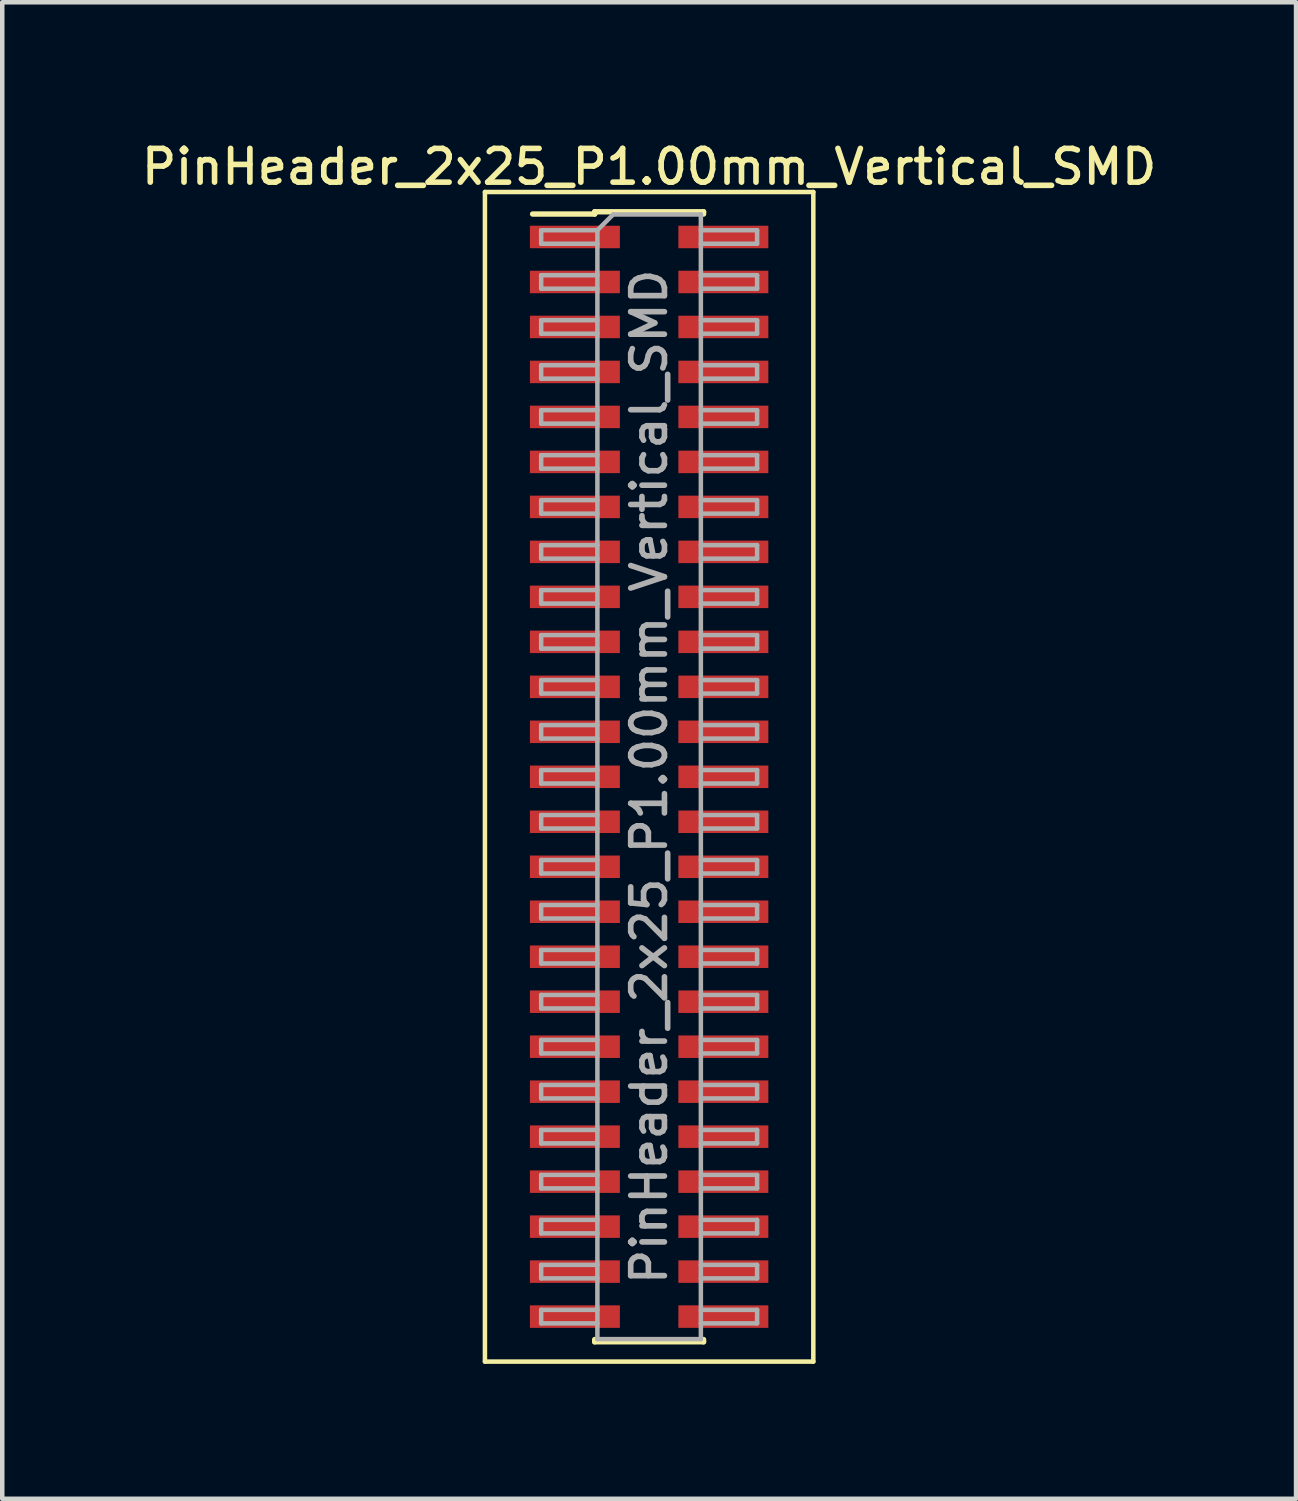
<source format=kicad_pcb>
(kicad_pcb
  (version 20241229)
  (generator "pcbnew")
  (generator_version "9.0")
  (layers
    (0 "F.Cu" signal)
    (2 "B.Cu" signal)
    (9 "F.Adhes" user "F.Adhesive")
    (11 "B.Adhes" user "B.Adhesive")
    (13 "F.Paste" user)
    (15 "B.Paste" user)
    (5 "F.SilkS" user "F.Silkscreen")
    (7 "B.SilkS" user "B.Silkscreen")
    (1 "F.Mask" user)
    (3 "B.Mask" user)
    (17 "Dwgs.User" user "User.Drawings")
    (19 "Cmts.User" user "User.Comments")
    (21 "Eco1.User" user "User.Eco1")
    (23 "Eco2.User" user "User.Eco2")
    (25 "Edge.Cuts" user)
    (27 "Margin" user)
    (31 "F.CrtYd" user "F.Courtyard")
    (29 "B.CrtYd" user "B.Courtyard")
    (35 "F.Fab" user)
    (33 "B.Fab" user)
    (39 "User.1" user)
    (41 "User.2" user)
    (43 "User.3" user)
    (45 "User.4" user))
  (footprint "PinHeader_2x25_P1.00mm_Vertical_SMD"
    (layer "F.Cu")
    (at 11.38 14.218)
    (property "Reference" "PinHeader_2x25_P1.00mm_Vertical_SMD" (at 0 -13.56 0) (layer "F.SilkS") (effects (font (size 0.75 0.75) (thickness 0.125))))
    (attr smd)
    (fp_line (start -3.65 -13) (end -3.65 13) (stroke (width 0.1) (type solid)) (layer "F.SilkS"))
    (fp_line (start -3.65 13) (end 3.65 13) (stroke (width 0.1) (type solid)) (layer "F.SilkS"))
    (fp_line (start -2.59 -12.51) (end -1.21 -12.51) (stroke (width 0.12) (type solid)) (layer "F.SilkS"))
    (fp_line (start -1.21 -12.56) (end -1.21 -12.51) (stroke (width 0.12) (type solid)) (layer "F.SilkS"))
    (fp_line (start -1.21 -12.56) (end 1.21 -12.56) (stroke (width 0.12) (type solid)) (layer "F.SilkS"))
    (fp_line (start -1.21 12.51) (end -1.21 12.56) (stroke (width 0.12) (type solid)) (layer "F.SilkS"))
    (fp_line (start -1.21 12.56) (end 1.21 12.56) (stroke (width 0.12) (type solid)) (layer "F.SilkS"))
    (fp_line (start 1.21 -12.56) (end 1.21 -12.51) (stroke (width 0.12) (type solid)) (layer "F.SilkS"))
    (fp_line (start 1.21 12.51) (end 1.21 12.56) (stroke (width 0.12) (type solid)) (layer "F.SilkS"))
    (fp_line (start 3.65 -13) (end -3.65 -13) (stroke (width 0.1) (type solid)) (layer "F.SilkS"))
    (fp_line (start 3.65 13) (end 3.65 -13) (stroke (width 0.1) (type solid)) (layer "F.SilkS"))
    (fp_line (start -2.4 -12.15) (end -2.4 -11.85) (stroke (width 0.1) (type solid)) (layer "F.Fab"))
    (fp_line (start -2.4 -11.85) (end -1.15 -11.85) (stroke (width 0.1) (type solid)) (layer "F.Fab"))
    (fp_line (start -2.4 -11.15) (end -2.4 -10.85) (stroke (width 0.1) (type solid)) (layer "F.Fab"))
    (fp_line (start -2.4 -10.85) (end -1.15 -10.85) (stroke (width 0.1) (type solid)) (layer "F.Fab"))
    (fp_line (start -2.4 -10.15) (end -2.4 -9.85) (stroke (width 0.1) (type solid)) (layer "F.Fab"))
    (fp_line (start -2.4 -9.85) (end -1.15 -9.85) (stroke (width 0.1) (type solid)) (layer "F.Fab"))
    (fp_line (start -2.4 -9.15) (end -2.4 -8.85) (stroke (width 0.1) (type solid)) (layer "F.Fab"))
    (fp_line (start -2.4 -8.85) (end -1.15 -8.85) (stroke (width 0.1) (type solid)) (layer "F.Fab"))
    (fp_line (start -2.4 -8.15) (end -2.4 -7.85) (stroke (width 0.1) (type solid)) (layer "F.Fab"))
    (fp_line (start -2.4 -7.85) (end -1.15 -7.85) (stroke (width 0.1) (type solid)) (layer "F.Fab"))
    (fp_line (start -2.4 -7.15) (end -2.4 -6.85) (stroke (width 0.1) (type solid)) (layer "F.Fab"))
    (fp_line (start -2.4 -6.85) (end -1.15 -6.85) (stroke (width 0.1) (type solid)) (layer "F.Fab"))
    (fp_line (start -2.4 -6.15) (end -2.4 -5.85) (stroke (width 0.1) (type solid)) (layer "F.Fab"))
    (fp_line (start -2.4 -5.85) (end -1.15 -5.85) (stroke (width 0.1) (type solid)) (layer "F.Fab"))
    (fp_line (start -2.4 -5.15) (end -2.4 -4.85) (stroke (width 0.1) (type solid)) (layer "F.Fab"))
    (fp_line (start -2.4 -4.85) (end -1.15 -4.85) (stroke (width 0.1) (type solid)) (layer "F.Fab"))
    (fp_line (start -2.4 -4.15) (end -2.4 -3.85) (stroke (width 0.1) (type solid)) (layer "F.Fab"))
    (fp_line (start -2.4 -3.85) (end -1.15 -3.85) (stroke (width 0.1) (type solid)) (layer "F.Fab"))
    (fp_line (start -2.4 -3.15) (end -2.4 -2.85) (stroke (width 0.1) (type solid)) (layer "F.Fab"))
    (fp_line (start -2.4 -2.85) (end -1.15 -2.85) (stroke (width 0.1) (type solid)) (layer "F.Fab"))
    (fp_line (start -2.4 -2.15) (end -2.4 -1.85) (stroke (width 0.1) (type solid)) (layer "F.Fab"))
    (fp_line (start -2.4 -1.85) (end -1.15 -1.85) (stroke (width 0.1) (type solid)) (layer "F.Fab"))
    (fp_line (start -2.4 -1.15) (end -2.4 -0.85) (stroke (width 0.1) (type solid)) (layer "F.Fab"))
    (fp_line (start -2.4 -0.85) (end -1.15 -0.85) (stroke (width 0.1) (type solid)) (layer "F.Fab"))
    (fp_line (start -2.4 -0.15) (end -2.4 0.15) (stroke (width 0.1) (type solid)) (layer "F.Fab"))
    (fp_line (start -2.4 0.15) (end -1.15 0.15) (stroke (width 0.1) (type solid)) (layer "F.Fab"))
    (fp_line (start -2.4 0.85) (end -2.4 1.15) (stroke (width 0.1) (type solid)) (layer "F.Fab"))
    (fp_line (start -2.4 1.15) (end -1.15 1.15) (stroke (width 0.1) (type solid)) (layer "F.Fab"))
    (fp_line (start -2.4 1.85) (end -2.4 2.15) (stroke (width 0.1) (type solid)) (layer "F.Fab"))
    (fp_line (start -2.4 2.15) (end -1.15 2.15) (stroke (width 0.1) (type solid)) (layer "F.Fab"))
    (fp_line (start -2.4 2.85) (end -2.4 3.15) (stroke (width 0.1) (type solid)) (layer "F.Fab"))
    (fp_line (start -2.4 3.15) (end -1.15 3.15) (stroke (width 0.1) (type solid)) (layer "F.Fab"))
    (fp_line (start -2.4 3.85) (end -2.4 4.15) (stroke (width 0.1) (type solid)) (layer "F.Fab"))
    (fp_line (start -2.4 4.15) (end -1.15 4.15) (stroke (width 0.1) (type solid)) (layer "F.Fab"))
    (fp_line (start -2.4 4.85) (end -2.4 5.15) (stroke (width 0.1) (type solid)) (layer "F.Fab"))
    (fp_line (start -2.4 5.15) (end -1.15 5.15) (stroke (width 0.1) (type solid)) (layer "F.Fab"))
    (fp_line (start -2.4 5.85) (end -2.4 6.15) (stroke (width 0.1) (type solid)) (layer "F.Fab"))
    (fp_line (start -2.4 6.15) (end -1.15 6.15) (stroke (width 0.1) (type solid)) (layer "F.Fab"))
    (fp_line (start -2.4 6.85) (end -2.4 7.15) (stroke (width 0.1) (type solid)) (layer "F.Fab"))
    (fp_line (start -2.4 7.15) (end -1.15 7.15) (stroke (width 0.1) (type solid)) (layer "F.Fab"))
    (fp_line (start -2.4 7.85) (end -2.4 8.15) (stroke (width 0.1) (type solid)) (layer "F.Fab"))
    (fp_line (start -2.4 8.15) (end -1.15 8.15) (stroke (width 0.1) (type solid)) (layer "F.Fab"))
    (fp_line (start -2.4 8.85) (end -2.4 9.15) (stroke (width 0.1) (type solid)) (layer "F.Fab"))
    (fp_line (start -2.4 9.15) (end -1.15 9.15) (stroke (width 0.1) (type solid)) (layer "F.Fab"))
    (fp_line (start -2.4 9.85) (end -2.4 10.15) (stroke (width 0.1) (type solid)) (layer "F.Fab"))
    (fp_line (start -2.4 10.15) (end -1.15 10.15) (stroke (width 0.1) (type solid)) (layer "F.Fab"))
    (fp_line (start -2.4 10.85) (end -2.4 11.15) (stroke (width 0.1) (type solid)) (layer "F.Fab"))
    (fp_line (start -2.4 11.15) (end -1.15 11.15) (stroke (width 0.1) (type solid)) (layer "F.Fab"))
    (fp_line (start -2.4 11.85) (end -2.4 12.15) (stroke (width 0.1) (type solid)) (layer "F.Fab"))
    (fp_line (start -2.4 12.15) (end -1.15 12.15) (stroke (width 0.1) (type solid)) (layer "F.Fab"))
    (fp_line (start -1.15 -12.15) (end -2.4 -12.15) (stroke (width 0.1) (type solid)) (layer "F.Fab"))
    (fp_line (start -1.15 -12.15) (end -0.8 -12.5) (stroke (width 0.1) (type solid)) (layer "F.Fab"))
    (fp_line (start -1.15 -11.15) (end -2.4 -11.15) (stroke (width 0.1) (type solid)) (layer "F.Fab"))
    (fp_line (start -1.15 -10.15) (end -2.4 -10.15) (stroke (width 0.1) (type solid)) (layer "F.Fab"))
    (fp_line (start -1.15 -9.15) (end -2.4 -9.15) (stroke (width 0.1) (type solid)) (layer "F.Fab"))
    (fp_line (start -1.15 -8.15) (end -2.4 -8.15) (stroke (width 0.1) (type solid)) (layer "F.Fab"))
    (fp_line (start -1.15 -7.15) (end -2.4 -7.15) (stroke (width 0.1) (type solid)) (layer "F.Fab"))
    (fp_line (start -1.15 -6.15) (end -2.4 -6.15) (stroke (width 0.1) (type solid)) (layer "F.Fab"))
    (fp_line (start -1.15 -5.15) (end -2.4 -5.15) (stroke (width 0.1) (type solid)) (layer "F.Fab"))
    (fp_line (start -1.15 -4.15) (end -2.4 -4.15) (stroke (width 0.1) (type solid)) (layer "F.Fab"))
    (fp_line (start -1.15 -3.15) (end -2.4 -3.15) (stroke (width 0.1) (type solid)) (layer "F.Fab"))
    (fp_line (start -1.15 -2.15) (end -2.4 -2.15) (stroke (width 0.1) (type solid)) (layer "F.Fab"))
    (fp_line (start -1.15 -1.15) (end -2.4 -1.15) (stroke (width 0.1) (type solid)) (layer "F.Fab"))
    (fp_line (start -1.15 -0.15) (end -2.4 -0.15) (stroke (width 0.1) (type solid)) (layer "F.Fab"))
    (fp_line (start -1.15 0.85) (end -2.4 0.85) (stroke (width 0.1) (type solid)) (layer "F.Fab"))
    (fp_line (start -1.15 1.85) (end -2.4 1.85) (stroke (width 0.1) (type solid)) (layer "F.Fab"))
    (fp_line (start -1.15 2.85) (end -2.4 2.85) (stroke (width 0.1) (type solid)) (layer "F.Fab"))
    (fp_line (start -1.15 3.85) (end -2.4 3.85) (stroke (width 0.1) (type solid)) (layer "F.Fab"))
    (fp_line (start -1.15 4.85) (end -2.4 4.85) (stroke (width 0.1) (type solid)) (layer "F.Fab"))
    (fp_line (start -1.15 5.85) (end -2.4 5.85) (stroke (width 0.1) (type solid)) (layer "F.Fab"))
    (fp_line (start -1.15 6.85) (end -2.4 6.85) (stroke (width 0.1) (type solid)) (layer "F.Fab"))
    (fp_line (start -1.15 7.85) (end -2.4 7.85) (stroke (width 0.1) (type solid)) (layer "F.Fab"))
    (fp_line (start -1.15 8.85) (end -2.4 8.85) (stroke (width 0.1) (type solid)) (layer "F.Fab"))
    (fp_line (start -1.15 9.85) (end -2.4 9.85) (stroke (width 0.1) (type solid)) (layer "F.Fab"))
    (fp_line (start -1.15 10.85) (end -2.4 10.85) (stroke (width 0.1) (type solid)) (layer "F.Fab"))
    (fp_line (start -1.15 11.85) (end -2.4 11.85) (stroke (width 0.1) (type solid)) (layer "F.Fab"))
    (fp_line (start -1.15 12.5) (end -1.15 -12.15) (stroke (width 0.1) (type solid)) (layer "F.Fab"))
    (fp_line (start -0.8 -12.5) (end 1.15 -12.5) (stroke (width 0.1) (type solid)) (layer "F.Fab"))
    (fp_line (start 1.15 -12.5) (end 1.15 12.5) (stroke (width 0.1) (type solid)) (layer "F.Fab"))
    (fp_line (start 1.15 -12.15) (end 2.4 -12.15) (stroke (width 0.1) (type solid)) (layer "F.Fab"))
    (fp_line (start 1.15 -11.15) (end 2.4 -11.15) (stroke (width 0.1) (type solid)) (layer "F.Fab"))
    (fp_line (start 1.15 -10.15) (end 2.4 -10.15) (stroke (width 0.1) (type solid)) (layer "F.Fab"))
    (fp_line (start 1.15 -9.15) (end 2.4 -9.15) (stroke (width 0.1) (type solid)) (layer "F.Fab"))
    (fp_line (start 1.15 -8.15) (end 2.4 -8.15) (stroke (width 0.1) (type solid)) (layer "F.Fab"))
    (fp_line (start 1.15 -7.15) (end 2.4 -7.15) (stroke (width 0.1) (type solid)) (layer "F.Fab"))
    (fp_line (start 1.15 -6.15) (end 2.4 -6.15) (stroke (width 0.1) (type solid)) (layer "F.Fab"))
    (fp_line (start 1.15 -5.15) (end 2.4 -5.15) (stroke (width 0.1) (type solid)) (layer "F.Fab"))
    (fp_line (start 1.15 -4.15) (end 2.4 -4.15) (stroke (width 0.1) (type solid)) (layer "F.Fab"))
    (fp_line (start 1.15 -3.15) (end 2.4 -3.15) (stroke (width 0.1) (type solid)) (layer "F.Fab"))
    (fp_line (start 1.15 -2.15) (end 2.4 -2.15) (stroke (width 0.1) (type solid)) (layer "F.Fab"))
    (fp_line (start 1.15 -1.15) (end 2.4 -1.15) (stroke (width 0.1) (type solid)) (layer "F.Fab"))
    (fp_line (start 1.15 -0.15) (end 2.4 -0.15) (stroke (width 0.1) (type solid)) (layer "F.Fab"))
    (fp_line (start 1.15 0.85) (end 2.4 0.85) (stroke (width 0.1) (type solid)) (layer "F.Fab"))
    (fp_line (start 1.15 1.85) (end 2.4 1.85) (stroke (width 0.1) (type solid)) (layer "F.Fab"))
    (fp_line (start 1.15 2.85) (end 2.4 2.85) (stroke (width 0.1) (type solid)) (layer "F.Fab"))
    (fp_line (start 1.15 3.85) (end 2.4 3.85) (stroke (width 0.1) (type solid)) (layer "F.Fab"))
    (fp_line (start 1.15 4.85) (end 2.4 4.85) (stroke (width 0.1) (type solid)) (layer "F.Fab"))
    (fp_line (start 1.15 5.85) (end 2.4 5.85) (stroke (width 0.1) (type solid)) (layer "F.Fab"))
    (fp_line (start 1.15 6.85) (end 2.4 6.85) (stroke (width 0.1) (type solid)) (layer "F.Fab"))
    (fp_line (start 1.15 7.85) (end 2.4 7.85) (stroke (width 0.1) (type solid)) (layer "F.Fab"))
    (fp_line (start 1.15 8.85) (end 2.4 8.85) (stroke (width 0.1) (type solid)) (layer "F.Fab"))
    (fp_line (start 1.15 9.85) (end 2.4 9.85) (stroke (width 0.1) (type solid)) (layer "F.Fab"))
    (fp_line (start 1.15 10.85) (end 2.4 10.85) (stroke (width 0.1) (type solid)) (layer "F.Fab"))
    (fp_line (start 1.15 11.85) (end 2.4 11.85) (stroke (width 0.1) (type solid)) (layer "F.Fab"))
    (fp_line (start 1.15 12.5) (end -1.15 12.5) (stroke (width 0.1) (type solid)) (layer "F.Fab"))
    (fp_line (start 2.4 -12.15) (end 2.4 -11.85) (stroke (width 0.1) (type solid)) (layer "F.Fab"))
    (fp_line (start 2.4 -11.85) (end 1.15 -11.85) (stroke (width 0.1) (type solid)) (layer "F.Fab"))
    (fp_line (start 2.4 -11.15) (end 2.4 -10.85) (stroke (width 0.1) (type solid)) (layer "F.Fab"))
    (fp_line (start 2.4 -10.85) (end 1.15 -10.85) (stroke (width 0.1) (type solid)) (layer "F.Fab"))
    (fp_line (start 2.4 -10.15) (end 2.4 -9.85) (stroke (width 0.1) (type solid)) (layer "F.Fab"))
    (fp_line (start 2.4 -9.85) (end 1.15 -9.85) (stroke (width 0.1) (type solid)) (layer "F.Fab"))
    (fp_line (start 2.4 -9.15) (end 2.4 -8.85) (stroke (width 0.1) (type solid)) (layer "F.Fab"))
    (fp_line (start 2.4 -8.85) (end 1.15 -8.85) (stroke (width 0.1) (type solid)) (layer "F.Fab"))
    (fp_line (start 2.4 -8.15) (end 2.4 -7.85) (stroke (width 0.1) (type solid)) (layer "F.Fab"))
    (fp_line (start 2.4 -7.85) (end 1.15 -7.85) (stroke (width 0.1) (type solid)) (layer "F.Fab"))
    (fp_line (start 2.4 -7.15) (end 2.4 -6.85) (stroke (width 0.1) (type solid)) (layer "F.Fab"))
    (fp_line (start 2.4 -6.85) (end 1.15 -6.85) (stroke (width 0.1) (type solid)) (layer "F.Fab"))
    (fp_line (start 2.4 -6.15) (end 2.4 -5.85) (stroke (width 0.1) (type solid)) (layer "F.Fab"))
    (fp_line (start 2.4 -5.85) (end 1.15 -5.85) (stroke (width 0.1) (type solid)) (layer "F.Fab"))
    (fp_line (start 2.4 -5.15) (end 2.4 -4.85) (stroke (width 0.1) (type solid)) (layer "F.Fab"))
    (fp_line (start 2.4 -4.85) (end 1.15 -4.85) (stroke (width 0.1) (type solid)) (layer "F.Fab"))
    (fp_line (start 2.4 -4.15) (end 2.4 -3.85) (stroke (width 0.1) (type solid)) (layer "F.Fab"))
    (fp_line (start 2.4 -3.85) (end 1.15 -3.85) (stroke (width 0.1) (type solid)) (layer "F.Fab"))
    (fp_line (start 2.4 -3.15) (end 2.4 -2.85) (stroke (width 0.1) (type solid)) (layer "F.Fab"))
    (fp_line (start 2.4 -2.85) (end 1.15 -2.85) (stroke (width 0.1) (type solid)) (layer "F.Fab"))
    (fp_line (start 2.4 -2.15) (end 2.4 -1.85) (stroke (width 0.1) (type solid)) (layer "F.Fab"))
    (fp_line (start 2.4 -1.85) (end 1.15 -1.85) (stroke (width 0.1) (type solid)) (layer "F.Fab"))
    (fp_line (start 2.4 -1.15) (end 2.4 -0.85) (stroke (width 0.1) (type solid)) (layer "F.Fab"))
    (fp_line (start 2.4 -0.85) (end 1.15 -0.85) (stroke (width 0.1) (type solid)) (layer "F.Fab"))
    (fp_line (start 2.4 -0.15) (end 2.4 0.15) (stroke (width 0.1) (type solid)) (layer "F.Fab"))
    (fp_line (start 2.4 0.15) (end 1.15 0.15) (stroke (width 0.1) (type solid)) (layer "F.Fab"))
    (fp_line (start 2.4 0.85) (end 2.4 1.15) (stroke (width 0.1) (type solid)) (layer "F.Fab"))
    (fp_line (start 2.4 1.15) (end 1.15 1.15) (stroke (width 0.1) (type solid)) (layer "F.Fab"))
    (fp_line (start 2.4 1.85) (end 2.4 2.15) (stroke (width 0.1) (type solid)) (layer "F.Fab"))
    (fp_line (start 2.4 2.15) (end 1.15 2.15) (stroke (width 0.1) (type solid)) (layer "F.Fab"))
    (fp_line (start 2.4 2.85) (end 2.4 3.15) (stroke (width 0.1) (type solid)) (layer "F.Fab"))
    (fp_line (start 2.4 3.15) (end 1.15 3.15) (stroke (width 0.1) (type solid)) (layer "F.Fab"))
    (fp_line (start 2.4 3.85) (end 2.4 4.15) (stroke (width 0.1) (type solid)) (layer "F.Fab"))
    (fp_line (start 2.4 4.15) (end 1.15 4.15) (stroke (width 0.1) (type solid)) (layer "F.Fab"))
    (fp_line (start 2.4 4.85) (end 2.4 5.15) (stroke (width 0.1) (type solid)) (layer "F.Fab"))
    (fp_line (start 2.4 5.15) (end 1.15 5.15) (stroke (width 0.1) (type solid)) (layer "F.Fab"))
    (fp_line (start 2.4 5.85) (end 2.4 6.15) (stroke (width 0.1) (type solid)) (layer "F.Fab"))
    (fp_line (start 2.4 6.15) (end 1.15 6.15) (stroke (width 0.1) (type solid)) (layer "F.Fab"))
    (fp_line (start 2.4 6.85) (end 2.4 7.15) (stroke (width 0.1) (type solid)) (layer "F.Fab"))
    (fp_line (start 2.4 7.15) (end 1.15 7.15) (stroke (width 0.1) (type solid)) (layer "F.Fab"))
    (fp_line (start 2.4 7.85) (end 2.4 8.15) (stroke (width 0.1) (type solid)) (layer "F.Fab"))
    (fp_line (start 2.4 8.15) (end 1.15 8.15) (stroke (width 0.1) (type solid)) (layer "F.Fab"))
    (fp_line (start 2.4 8.85) (end 2.4 9.15) (stroke (width 0.1) (type solid)) (layer "F.Fab"))
    (fp_line (start 2.4 9.15) (end 1.15 9.15) (stroke (width 0.1) (type solid)) (layer "F.Fab"))
    (fp_line (start 2.4 9.85) (end 2.4 10.15) (stroke (width 0.1) (type solid)) (layer "F.Fab"))
    (fp_line (start 2.4 10.15) (end 1.15 10.15) (stroke (width 0.1) (type solid)) (layer "F.Fab"))
    (fp_line (start 2.4 10.85) (end 2.4 11.15) (stroke (width 0.1) (type solid)) (layer "F.Fab"))
    (fp_line (start 2.4 11.15) (end 1.15 11.15) (stroke (width 0.1) (type solid)) (layer "F.Fab"))
    (fp_line (start 2.4 11.85) (end 2.4 12.15) (stroke (width 0.1) (type solid)) (layer "F.Fab"))
    (fp_line (start 2.4 12.15) (end 1.15 12.15) (stroke (width 0.1) (type solid)) (layer "F.Fab"))
    (fp_text user "${REFERENCE}" (at 0 0 90) (layer "F.Fab") (effects (font (size 0.75 0.75) (thickness 0.125))))
    (pad "1" smd rect (at -1.65 -12) (size 2 0.5) (layers "F.Cu" "F.Mask" "F.Paste"))
    (pad "2" smd rect (at 1.65 -12) (size 2 0.5) (layers "F.Cu" "F.Mask" "F.Paste"))
    (pad "3" smd rect (at -1.65 -11) (size 2 0.5) (layers "F.Cu" "F.Mask" "F.Paste"))
    (pad "4" smd rect (at 1.65 -11) (size 2 0.5) (layers "F.Cu" "F.Mask" "F.Paste"))
    (pad "5" smd rect (at -1.65 -10) (size 2 0.5) (layers "F.Cu" "F.Mask" "F.Paste"))
    (pad "6" smd rect (at 1.65 -10) (size 2 0.5) (layers "F.Cu" "F.Mask" "F.Paste"))
    (pad "7" smd rect (at -1.65 -9) (size 2 0.5) (layers "F.Cu" "F.Mask" "F.Paste"))
    (pad "8" smd rect (at 1.65 -9) (size 2 0.5) (layers "F.Cu" "F.Mask" "F.Paste"))
    (pad "9" smd rect (at -1.65 -8) (size 2 0.5) (layers "F.Cu" "F.Mask" "F.Paste"))
    (pad "10" smd rect (at 1.65 -8) (size 2 0.5) (layers "F.Cu" "F.Mask" "F.Paste"))
    (pad "11" smd rect (at -1.65 -7) (size 2 0.5) (layers "F.Cu" "F.Mask" "F.Paste"))
    (pad "12" smd rect (at 1.65 -7) (size 2 0.5) (layers "F.Cu" "F.Mask" "F.Paste"))
    (pad "13" smd rect (at -1.65 -6) (size 2 0.5) (layers "F.Cu" "F.Mask" "F.Paste"))
    (pad "14" smd rect (at 1.65 -6) (size 2 0.5) (layers "F.Cu" "F.Mask" "F.Paste"))
    (pad "15" smd rect (at -1.65 -5) (size 2 0.5) (layers "F.Cu" "F.Mask" "F.Paste"))
    (pad "16" smd rect (at 1.65 -5) (size 2 0.5) (layers "F.Cu" "F.Mask" "F.Paste"))
    (pad "17" smd rect (at -1.65 -4) (size 2 0.5) (layers "F.Cu" "F.Mask" "F.Paste"))
    (pad "18" smd rect (at 1.65 -4) (size 2 0.5) (layers "F.Cu" "F.Mask" "F.Paste"))
    (pad "19" smd rect (at -1.65 -3) (size 2 0.5) (layers "F.Cu" "F.Mask" "F.Paste"))
    (pad "20" smd rect (at 1.65 -3) (size 2 0.5) (layers "F.Cu" "F.Mask" "F.Paste"))
    (pad "21" smd rect (at -1.65 -2) (size 2 0.5) (layers "F.Cu" "F.Mask" "F.Paste"))
    (pad "22" smd rect (at 1.65 -2) (size 2 0.5) (layers "F.Cu" "F.Mask" "F.Paste"))
    (pad "23" smd rect (at -1.65 -1) (size 2 0.5) (layers "F.Cu" "F.Mask" "F.Paste"))
    (pad "24" smd rect (at 1.65 -1) (size 2 0.5) (layers "F.Cu" "F.Mask" "F.Paste"))
    (pad "25" smd rect (at -1.65 0) (size 2 0.5) (layers "F.Cu" "F.Mask" "F.Paste"))
    (pad "26" smd rect (at 1.65 0) (size 2 0.5) (layers "F.Cu" "F.Mask" "F.Paste"))
    (pad "27" smd rect (at -1.65 1) (size 2 0.5) (layers "F.Cu" "F.Mask" "F.Paste"))
    (pad "28" smd rect (at 1.65 1) (size 2 0.5) (layers "F.Cu" "F.Mask" "F.Paste"))
    (pad "29" smd rect (at -1.65 2) (size 2 0.5) (layers "F.Cu" "F.Mask" "F.Paste"))
    (pad "30" smd rect (at 1.65 2) (size 2 0.5) (layers "F.Cu" "F.Mask" "F.Paste"))
    (pad "31" smd rect (at -1.65 3) (size 2 0.5) (layers "F.Cu" "F.Mask" "F.Paste"))
    (pad "32" smd rect (at 1.65 3) (size 2 0.5) (layers "F.Cu" "F.Mask" "F.Paste"))
    (pad "33" smd rect (at -1.65 4) (size 2 0.5) (layers "F.Cu" "F.Mask" "F.Paste"))
    (pad "34" smd rect (at 1.65 4) (size 2 0.5) (layers "F.Cu" "F.Mask" "F.Paste"))
    (pad "35" smd rect (at -1.65 5) (size 2 0.5) (layers "F.Cu" "F.Mask" "F.Paste"))
    (pad "36" smd rect (at 1.65 5) (size 2 0.5) (layers "F.Cu" "F.Mask" "F.Paste"))
    (pad "37" smd rect (at -1.65 6) (size 2 0.5) (layers "F.Cu" "F.Mask" "F.Paste"))
    (pad "38" smd rect (at 1.65 6) (size 2 0.5) (layers "F.Cu" "F.Mask" "F.Paste"))
    (pad "39" smd rect (at -1.65 7) (size 2 0.5) (layers "F.Cu" "F.Mask" "F.Paste"))
    (pad "40" smd rect (at 1.65 7) (size 2 0.5) (layers "F.Cu" "F.Mask" "F.Paste"))
    (pad "41" smd rect (at -1.65 8) (size 2 0.5) (layers "F.Cu" "F.Mask" "F.Paste"))
    (pad "42" smd rect (at 1.65 8) (size 2 0.5) (layers "F.Cu" "F.Mask" "F.Paste"))
    (pad "43" smd rect (at -1.65 9) (size 2 0.5) (layers "F.Cu" "F.Mask" "F.Paste"))
    (pad "44" smd rect (at 1.65 9) (size 2 0.5) (layers "F.Cu" "F.Mask" "F.Paste"))
    (pad "45" smd rect (at -1.65 10) (size 2 0.5) (layers "F.Cu" "F.Mask" "F.Paste"))
    (pad "46" smd rect (at 1.65 10) (size 2 0.5) (layers "F.Cu" "F.Mask" "F.Paste"))
    (pad "47" smd rect (at -1.65 11) (size 2 0.5) (layers "F.Cu" "F.Mask" "F.Paste"))
    (pad "48" smd rect (at 1.65 11) (size 2 0.5) (layers "F.Cu" "F.Mask" "F.Paste"))
    (pad "49" smd rect (at -1.65 12) (size 2 0.5) (layers "F.Cu" "F.Mask" "F.Paste"))
    (pad "50" smd rect (at 1.65 12) (size 2 0.5) (layers "F.Cu" "F.Mask" "F.Paste")))
  (gr_rect
    (start -3 -3)
    (end 25.761 30.268)
    (stroke (width 0.1) (type default))
    (fill no)
    (layer "Edge.Cuts")))
</source>
